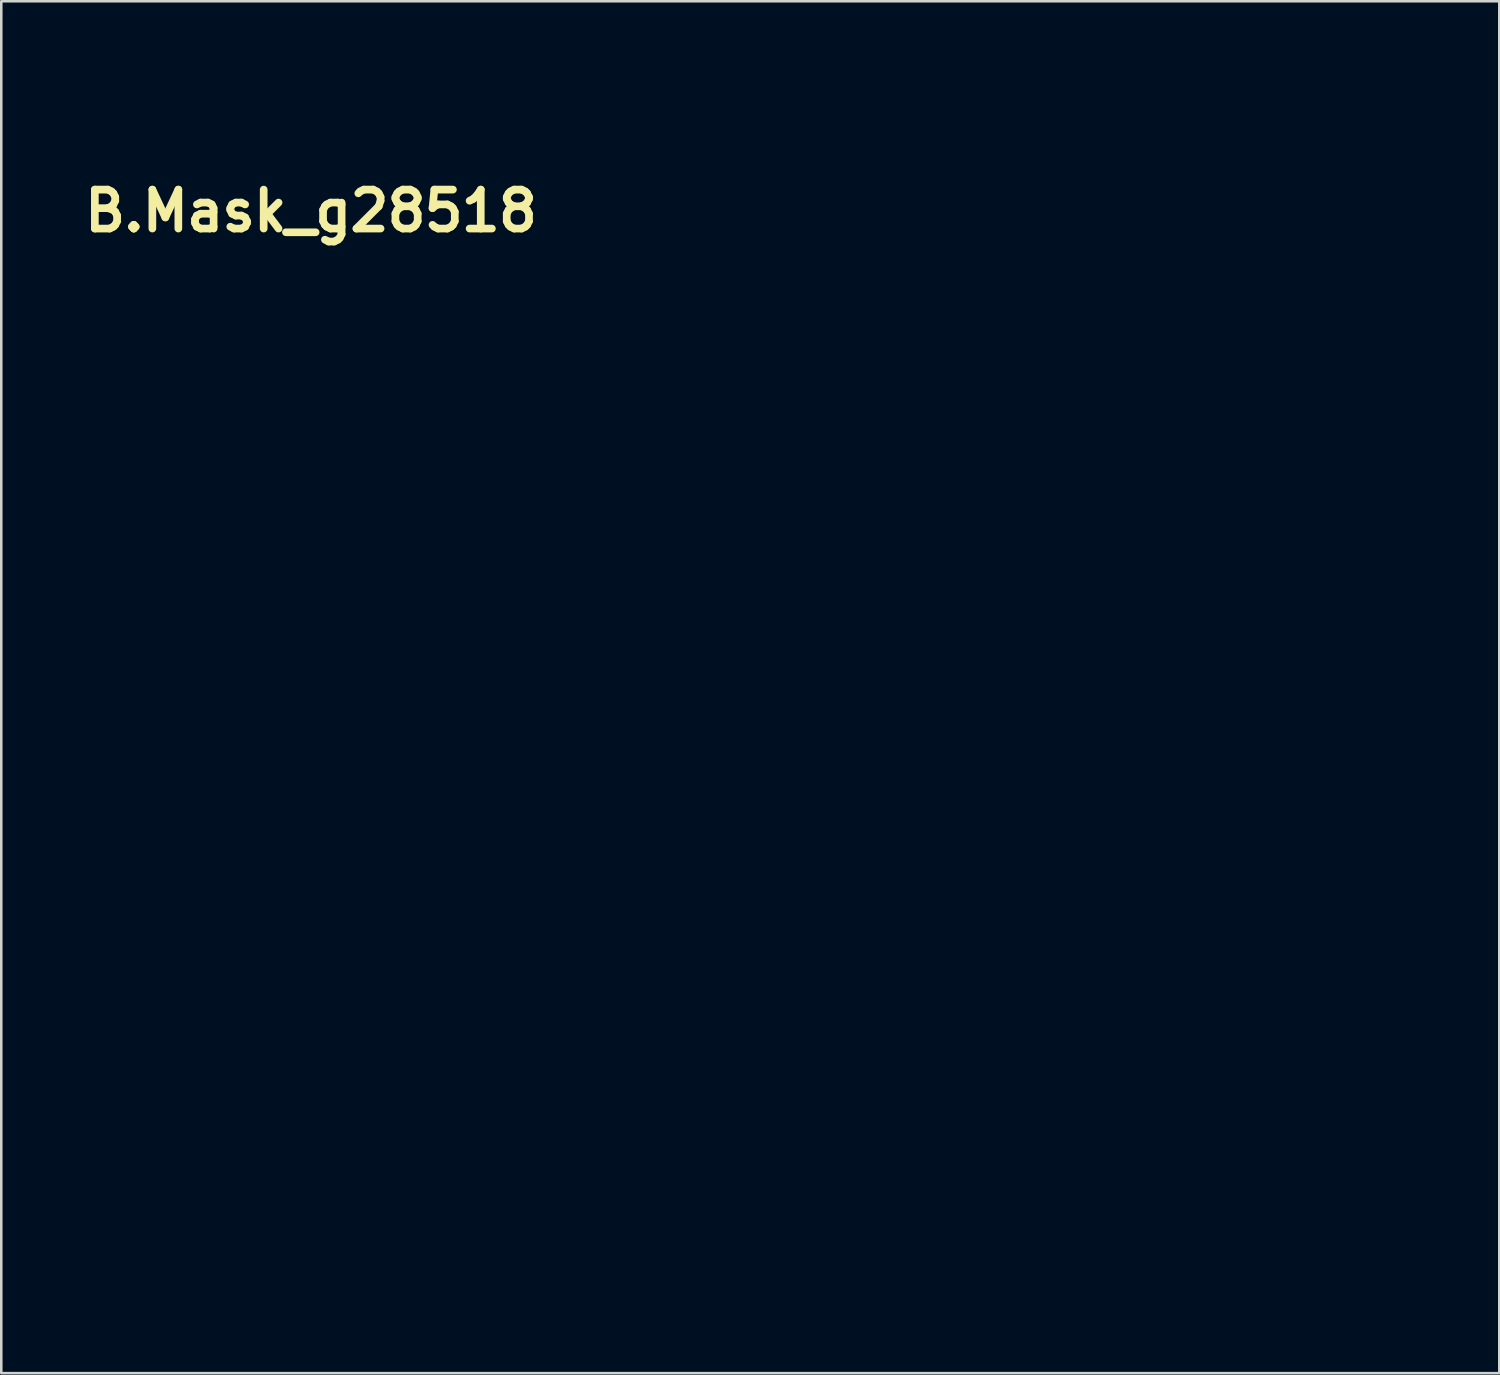
<source format=kicad_pcb>
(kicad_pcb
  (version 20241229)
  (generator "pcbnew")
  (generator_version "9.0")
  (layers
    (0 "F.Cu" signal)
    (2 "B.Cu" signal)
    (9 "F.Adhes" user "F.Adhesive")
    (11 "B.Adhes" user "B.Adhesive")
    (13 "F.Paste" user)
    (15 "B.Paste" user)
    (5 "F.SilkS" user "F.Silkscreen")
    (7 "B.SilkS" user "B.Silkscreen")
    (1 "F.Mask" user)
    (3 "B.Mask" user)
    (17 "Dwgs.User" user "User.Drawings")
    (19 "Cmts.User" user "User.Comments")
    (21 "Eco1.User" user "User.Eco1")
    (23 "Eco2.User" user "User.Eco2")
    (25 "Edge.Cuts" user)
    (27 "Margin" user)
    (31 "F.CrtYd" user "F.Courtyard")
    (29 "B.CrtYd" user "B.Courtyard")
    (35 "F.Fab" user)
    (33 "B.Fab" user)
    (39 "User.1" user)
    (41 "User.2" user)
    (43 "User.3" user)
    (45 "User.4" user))
  (footprint "B.Mask_g28518"
    (layer "F.Cu")
    (at 9.115 5.201)
    (property "Reference" "B.Mask_g28518" (at 0 0 0) (layer "F.SilkS") (effects (font (size 1.524 1.524) (thickness 0.3))))
    (attr through_hole)
    (fp_poly (pts (xy 40.063 12.781) (xy 40.375 12.859) (xy 40.673 12.976) (xy 40.89 13.092) (xy 41.205 13.301) (xy 41.485 13.535) (xy 41.73 13.794) (xy 41.942 14.078) (xy 42.121 14.387) (xy 42.266 14.723) (xy 42.303 14.828) (xy 42.376 15.066) (xy 42.434 15.303) (xy 42.477 15.548) (xy 42.509 15.811) (xy 42.53 16.1) (xy 42.538 16.32) (xy 42.539 16.75) (xy 42.517 17.198) (xy 42.473 17.667) (xy 42.405 18.158) (xy 42.313 18.676) (xy 42.198 19.22) (xy 42.058 19.796) (xy 41.955 20.182) (xy 41.871 20.481) (xy 41.792 20.747) (xy 41.714 20.988) (xy 41.634 21.214) (xy 41.549 21.432) (xy 41.456 21.652) (xy 41.351 21.881) (xy 41.231 22.129) (xy 41.221 22.151) (xy 40.989 22.599) (xy 40.728 23.063) (xy 40.444 23.535) (xy 40.14 24.007) (xy 39.824 24.472) (xy 39.499 24.92) (xy 39.172 25.344) (xy 38.988 25.569) (xy 38.857 25.725) (xy 38.706 25.9) (xy 38.538 26.093) (xy 38.354 26.302) (xy 38.156 26.524) (xy 37.946 26.757) (xy 37.726 27) (xy 37.498 27.251) (xy 37.263 27.507) (xy 37.024 27.767) (xy 36.783 28.028) (xy 36.54 28.289) (xy 36.299 28.548) (xy 36.061 28.802) (xy 35.827 29.05) (xy 35.6 29.29) (xy 35.382 29.519) (xy 35.174 29.736) (xy 34.979 29.939) (xy 34.797 30.125) (xy 34.632 30.293) (xy 34.484 30.441) (xy 34.357 30.566) (xy 34.25 30.667) (xy 34.168 30.742) (xy 34.11 30.788) (xy 34.089 30.802) (xy 33.999 30.823) (xy 33.947 30.818) (xy 33.907 30.81) (xy 33.873 30.797) (xy 33.839 30.775) (xy 33.8 30.739) (xy 33.75 30.684) (xy 33.685 30.605) (xy 33.602 30.501) (xy 33.421 30.267) (xy 33.221 30.001) (xy 33.007 29.705) (xy 32.78 29.384) (xy 32.544 29.042) (xy 32.301 28.682) (xy 32.265 28.628) (xy 32.046 28.293) (xy 31.854 27.986) (xy 31.686 27.7) (xy 31.542 27.432) (xy 31.419 27.178) (xy 31.316 26.931) (xy 31.232 26.688) (xy 31.164 26.444) (xy 31.111 26.194) (xy 31.071 25.934) (xy 31.043 25.659) (xy 31.024 25.365) (xy 31.017 25.157) (xy 31.014 24.987) (xy 31.014 24.783) (xy 31.016 24.553) (xy 31.021 24.305) (xy 31.028 24.046) (xy 31.037 23.785) (xy 31.048 23.529) (xy 31.06 23.287) (xy 31.073 23.067) (xy 31.074 23.05) (xy 31.103 22.707) (xy 31.141 22.392) (xy 31.192 22.093) (xy 31.257 21.798) (xy 31.338 21.494) (xy 31.371 21.384) (xy 31.589 20.719) (xy 31.836 20.066) (xy 32.109 19.427) (xy 32.407 18.805) (xy 32.729 18.202) (xy 33.074 17.62) (xy 33.44 17.059) (xy 33.825 16.523) (xy 34.228 16.013) (xy 34.647 15.532) (xy 35.082 15.081) (xy 35.53 14.661) (xy 35.991 14.276) (xy 36.462 13.927) (xy 36.942 13.615) (xy 37.43 13.344) (xy 37.458 13.329) (xy 37.877 13.134) (xy 38.279 12.977) (xy 38.666 12.859) (xy 39.038 12.781) (xy 39.394 12.742) (xy 39.736 12.742) (xy 40.063 12.781)) (stroke (width 0.01) (type solid)) (fill yes) (layer "B.Mask"))
    (fp_poly (pts (xy 39.836 -5.193) (xy 39.997 -5.185) (xy 40.138 -5.17) (xy 40.217 -5.156) (xy 40.532 -5.067) (xy 40.833 -4.938) (xy 41.116 -4.773) (xy 41.381 -4.571) (xy 41.624 -4.336) (xy 41.844 -4.067) (xy 41.995 -3.842) (xy 42.1 -3.65) (xy 42.204 -3.42) (xy 42.308 -3.153) (xy 42.411 -2.852) (xy 42.513 -2.52) (xy 42.612 -2.16) (xy 42.708 -1.775) (xy 42.801 -1.368) (xy 42.89 -0.942) (xy 42.975 -0.499) (xy 43.054 -0.042) (xy 43.128 0.425) (xy 43.195 0.9) (xy 43.256 1.38) (xy 43.309 1.862) (xy 43.354 2.343) (xy 43.391 2.821) (xy 43.412 3.175) (xy 43.426 3.438) (xy 43.438 3.662) (xy 43.448 3.851) (xy 43.456 4.009) (xy 43.462 4.139) (xy 43.467 4.245) (xy 43.471 4.331) (xy 43.474 4.4) (xy 43.475 4.455) (xy 43.476 4.501) (xy 43.476 4.541) (xy 43.476 4.542) (xy 43.476 4.692) (xy 42.889 5.156) (xy 42.417 5.528) (xy 41.976 5.875) (xy 41.565 6.198) (xy 41.182 6.499) (xy 40.825 6.779) (xy 40.492 7.039) (xy 40.181 7.281) (xy 39.891 7.506) (xy 39.621 7.716) (xy 39.367 7.912) (xy 39.129 8.094) (xy 38.905 8.265) (xy 38.693 8.427) (xy 38.491 8.579) (xy 38.298 8.724) (xy 38.185 8.809) (xy 37.788 9.102) (xy 37.422 9.367) (xy 37.086 9.606) (xy 36.779 9.818) (xy 36.5 10.004) (xy 36.248 10.166) (xy 36.023 10.302) (xy 35.822 10.415) (xy 35.646 10.504) (xy 35.494 10.57) (xy 35.456 10.584) (xy 35.338 10.624) (xy 35.189 10.668) (xy 35.021 10.714) (xy 34.846 10.758) (xy 34.675 10.799) (xy 34.52 10.832) (xy 34.438 10.847) (xy 34.323 10.863) (xy 34.18 10.876) (xy 34.021 10.885) (xy 33.857 10.891) (xy 33.699 10.892) (xy 33.557 10.889) (xy 33.443 10.882) (xy 33.414 10.878) (xy 33.086 10.814) (xy 32.78 10.714) (xy 32.493 10.578) (xy 32.222 10.405) (xy 31.966 10.192) (xy 31.827 10.053) (xy 31.598 9.783) (xy 31.394 9.479) (xy 31.217 9.145) (xy 31.066 8.782) (xy 30.943 8.391) (xy 30.848 7.975) (xy 30.816 7.785) (xy 30.797 7.627) (xy 30.782 7.438) (xy 30.772 7.226) (xy 30.767 7.004) (xy 30.766 6.78) (xy 30.771 6.566) (xy 30.781 6.371) (xy 30.794 6.223) (xy 30.856 5.707) (xy 30.922 5.227) (xy 30.994 4.778) (xy 31.072 4.353) (xy 31.158 3.947) (xy 31.253 3.555) (xy 31.359 3.169) (xy 31.476 2.785) (xy 31.57 2.5) (xy 31.764 1.971) (xy 31.985 1.445) (xy 32.228 0.93) (xy 32.49 0.433) (xy 32.766 -0.035) (xy 32.94 -0.303) (xy 33.221 -0.698) (xy 33.537 -1.102) (xy 33.885 -1.508) (xy 34.258 -1.914) (xy 34.653 -2.312) (xy 35.065 -2.699) (xy 35.489 -3.07) (xy 35.719 -3.259) (xy 36.102 -3.558) (xy 36.487 -3.838) (xy 36.869 -4.096) (xy 37.247 -4.331) (xy 37.616 -4.541) (xy 37.975 -4.726) (xy 38.319 -4.882) (xy 38.647 -5.01) (xy 38.956 -5.106) (xy 39.222 -5.167) (xy 39.346 -5.183) (xy 39.498 -5.193) (xy 39.666 -5.196) (xy 39.836 -5.193)) (stroke (width 0.01) (type solid)) (fill yes) (layer "B.Mask"))
    (fp_poly (pts (xy 28.734 -3.723) (xy 28.77 -3.68) (xy 28.795 -3.604) (xy 28.812 -3.51) (xy 28.818 -3.438) (xy 28.822 -3.329) (xy 28.825 -3.19) (xy 28.825 -3.025) (xy 28.824 -2.84) (xy 28.821 -2.642) (xy 28.817 -2.435) (xy 28.811 -2.226) (xy 28.803 -2.02) (xy 28.795 -1.823) (xy 28.785 -1.641) (xy 28.777 -1.513) (xy 28.734 -0.953) (xy 28.688 -0.429) (xy 28.637 0.062) (xy 28.58 0.526) (xy 28.517 0.968) (xy 28.446 1.392) (xy 28.367 1.805) (xy 28.278 2.209) (xy 28.179 2.612) (xy 28.069 3.018) (xy 27.946 3.431) (xy 27.81 3.857) (xy 27.663 4.292) (xy 27.477 4.806) (xy 27.271 5.33) (xy 27.049 5.858) (xy 26.815 6.381) (xy 26.572 6.893) (xy 26.324 7.385) (xy 26.073 7.85) (xy 25.833 8.266) (xy 25.575 8.681) (xy 25.294 9.102) (xy 24.995 9.525) (xy 24.68 9.947) (xy 24.353 10.363) (xy 24.016 10.772) (xy 23.673 11.168) (xy 23.326 11.549) (xy 22.979 11.911) (xy 22.635 12.251) (xy 22.297 12.565) (xy 21.968 12.85) (xy 21.651 13.101) (xy 21.445 13.251) (xy 21.156 13.435) (xy 20.857 13.592) (xy 20.555 13.719) (xy 20.258 13.812) (xy 20.066 13.854) (xy 19.976 13.866) (xy 19.852 13.876) (xy 19.7 13.885) (xy 19.53 13.891) (xy 19.347 13.896) (xy 19.16 13.899) (xy 18.977 13.899) (xy 18.805 13.897) (xy 18.652 13.893) (xy 18.526 13.885) (xy 18.521 13.885) (xy 18.321 13.867) (xy 18.157 13.847) (xy 18.02 13.823) (xy 17.903 13.794) (xy 17.8 13.757) (xy 17.702 13.71) (xy 17.603 13.651) (xy 17.561 13.624) (xy 17.338 13.45) (xy 17.131 13.239) (xy 16.942 12.991) (xy 16.772 12.709) (xy 16.62 12.394) (xy 16.489 12.046) (xy 16.377 11.668) (xy 16.286 11.26) (xy 16.217 10.825) (xy 16.202 10.7) (xy 16.171 10.321) (xy 16.157 9.912) (xy 16.16 9.483) (xy 16.18 9.042) (xy 16.216 8.598) (xy 16.268 8.159) (xy 16.334 7.734) (xy 16.415 7.332) (xy 16.448 7.195) (xy 16.518 6.927) (xy 16.597 6.66) (xy 16.688 6.389) (xy 16.791 6.11) (xy 16.909 5.817) (xy 17.045 5.504) (xy 17.199 5.166) (xy 17.375 4.798) (xy 17.376 4.794) (xy 17.738 4.089) (xy 18.119 3.419) (xy 18.521 2.785) (xy 18.947 2.184) (xy 19.396 1.615) (xy 19.871 1.075) (xy 20.373 0.564) (xy 20.904 0.079) (xy 21.465 -0.381) (xy 22.057 -0.817) (xy 22.682 -1.231) (xy 22.818 -1.316) (xy 23.064 -1.464) (xy 23.322 -1.614) (xy 23.584 -1.76) (xy 23.841 -1.898) (xy 24.086 -2.024) (xy 24.31 -2.134) (xy 24.464 -2.205) (xy 24.641 -2.282) (xy 24.843 -2.367) (xy 25.065 -2.458) (xy 25.304 -2.554) (xy 25.556 -2.654) (xy 25.819 -2.756) (xy 26.088 -2.86) (xy 26.36 -2.963) (xy 26.632 -3.066) (xy 26.901 -3.165) (xy 27.162 -3.261) (xy 27.413 -3.352) (xy 27.65 -3.436) (xy 27.87 -3.512) (xy 28.069 -3.58) (xy 28.243 -3.637) (xy 28.39 -3.683) (xy 28.506 -3.716) (xy 28.587 -3.735) (xy 28.609 -3.739) (xy 28.682 -3.741) (xy 28.734 -3.723)) (stroke (width 0.01) (type solid)) (fill yes) (layer "B.Mask"))
    (fp_poly (pts (xy 15.09 16.924) (xy 15.367 16.926) (xy 15.623 16.929) (xy 15.853 16.933) (xy 16.052 16.939) (xy 16.217 16.946) (xy 16.298 16.951) (xy 16.656 16.982) (xy 16.974 17.019) (xy 17.258 17.066) (xy 17.509 17.122) (xy 17.732 17.19) (xy 17.93 17.27) (xy 18.105 17.363) (xy 18.262 17.472) (xy 18.403 17.596) (xy 18.532 17.738) (xy 18.59 17.813) (xy 18.762 18.073) (xy 18.916 18.37) (xy 19.052 18.703) (xy 19.169 19.071) (xy 19.266 19.472) (xy 19.344 19.905) (xy 19.382 20.182) (xy 19.396 20.333) (xy 19.407 20.517) (xy 19.415 20.728) (xy 19.42 20.956) (xy 19.421 21.194) (xy 19.42 21.433) (xy 19.416 21.666) (xy 19.408 21.884) (xy 19.398 22.078) (xy 19.384 22.242) (xy 19.382 22.266) (xy 19.32 22.726) (xy 19.24 23.182) (xy 19.143 23.623) (xy 19.032 24.039) (xy 18.95 24.298) (xy 18.772 24.791) (xy 18.559 25.302) (xy 18.316 25.826) (xy 18.044 26.359) (xy 17.746 26.897) (xy 17.425 27.437) (xy 17.084 27.973) (xy 16.724 28.502) (xy 16.35 29.019) (xy 15.963 29.521) (xy 15.565 30.004) (xy 15.161 30.462) (xy 14.796 30.847) (xy 14.501 31.141) (xy 14.224 31.402) (xy 13.96 31.635) (xy 13.706 31.841) (xy 13.455 32.026) (xy 13.204 32.192) (xy 12.949 32.343) (xy 12.684 32.483) (xy 12.647 32.501) (xy 12.218 32.695) (xy 11.793 32.85) (xy 11.362 32.972) (xy 10.916 33.062) (xy 10.696 33.094) (xy 10.563 33.107) (xy 10.401 33.117) (xy 10.222 33.122) (xy 10.035 33.123) (xy 9.85 33.121) (xy 9.679 33.115) (xy 9.531 33.104) (xy 9.43 33.092) (xy 9.161 33.04) (xy 8.924 32.969) (xy 8.714 32.876) (xy 8.524 32.758) (xy 8.347 32.611) (xy 8.247 32.511) (xy 8.054 32.278) (xy 7.881 32.008) (xy 7.727 31.7) (xy 7.593 31.354) (xy 7.477 30.971) (xy 7.382 30.55) (xy 7.305 30.091) (xy 7.248 29.595) (xy 7.216 29.178) (xy 7.204 28.894) (xy 7.2 28.608) (xy 7.207 28.321) (xy 7.223 28.028) (xy 7.25 27.73) (xy 7.288 27.422) (xy 7.338 27.105) (xy 7.4 26.774) (xy 7.475 26.43) (xy 7.563 26.068) (xy 7.665 25.688) (xy 7.78 25.288) (xy 7.911 24.865) (xy 8.057 24.417) (xy 8.218 23.943) (xy 8.396 23.44) (xy 8.59 22.907) (xy 8.802 22.341) (xy 9.031 21.741) (xy 9.205 21.292) (xy 9.257 21.158) (xy 9.32 20.999) (xy 9.392 20.817) (xy 9.471 20.615) (xy 9.557 20.397) (xy 9.649 20.165) (xy 9.744 19.923) (xy 9.843 19.673) (xy 9.944 19.419) (xy 10.045 19.164) (xy 10.145 18.911) (xy 10.244 18.662) (xy 10.339 18.422) (xy 10.43 18.192) (xy 10.516 17.976) (xy 10.595 17.778) (xy 10.666 17.599) (xy 10.728 17.444) (xy 10.78 17.315) (xy 10.82 17.215) (xy 10.848 17.147) (xy 10.861 17.115) (xy 10.863 17.113) (xy 10.888 17.105) (xy 10.947 17.092) (xy 11.033 17.077) (xy 11.137 17.06) (xy 11.251 17.043) (xy 11.367 17.027) (xy 11.478 17.013) (xy 11.575 17.001) (xy 11.61 16.998) (xy 11.752 16.987) (xy 11.931 16.977) (xy 12.143 16.968) (xy 12.384 16.959) (xy 12.649 16.951) (xy 12.934 16.945) (xy 13.233 16.939) (xy 13.543 16.934) (xy 13.859 16.93) (xy 14.176 16.927) (xy 14.49 16.925) (xy 14.796 16.924) (xy 15.09 16.924)) (stroke (width 0.01) (type solid)) (fill yes) (layer "B.Mask"))
    (fp_poly (pts (xy 25.591 26.085) (xy 25.795 26.087) (xy 25.988 26.092) (xy 26.163 26.098) (xy 26.313 26.106) (xy 26.432 26.116) (xy 26.469 26.121) (xy 26.701 26.17) (xy 26.919 26.255) (xy 27.126 26.377) (xy 27.327 26.538) (xy 27.443 26.653) (xy 27.643 26.888) (xy 27.829 27.16) (xy 28 27.467) (xy 28.154 27.804) (xy 28.29 28.169) (xy 28.405 28.559) (xy 28.446 28.723) (xy 28.489 28.909) (xy 28.522 29.074) (xy 28.546 29.227) (xy 28.564 29.379) (xy 28.575 29.539) (xy 28.582 29.718) (xy 28.584 29.926) (xy 28.584 30.014) (xy 28.573 30.446) (xy 28.541 30.876) (xy 28.486 31.312) (xy 28.408 31.76) (xy 28.306 32.226) (xy 28.178 32.717) (xy 28.14 32.851) (xy 27.927 33.532) (xy 27.684 34.21) (xy 27.411 34.88) (xy 27.113 35.538) (xy 26.789 36.179) (xy 26.444 36.799) (xy 26.079 37.393) (xy 25.697 37.957) (xy 25.299 38.487) (xy 25.115 38.714) (xy 24.929 38.933) (xy 24.723 39.165) (xy 24.503 39.406) (xy 24.273 39.649) (xy 24.041 39.89) (xy 23.811 40.121) (xy 23.588 40.338) (xy 23.38 40.534) (xy 23.19 40.704) (xy 23.156 40.733) (xy 22.718 41.09) (xy 22.284 41.406) (xy 21.853 41.68) (xy 21.427 41.914) (xy 21.006 42.107) (xy 20.589 42.258) (xy 20.178 42.367) (xy 19.772 42.435) (xy 19.744 42.438) (xy 19.638 42.446) (xy 19.505 42.452) (xy 19.354 42.456) (xy 19.195 42.457) (xy 19.039 42.456) (xy 18.895 42.452) (xy 18.773 42.446) (xy 18.683 42.438) (xy 18.68 42.437) (xy 18.484 42.396) (xy 18.269 42.325) (xy 18.041 42.229) (xy 17.943 42.181) (xy 17.824 42.118) (xy 17.673 42.033) (xy 17.495 41.93) (xy 17.294 41.811) (xy 17.072 41.678) (xy 16.835 41.533) (xy 16.586 41.379) (xy 16.329 41.219) (xy 16.069 41.053) (xy 16.002 41.011) (xy 15.689 40.811) (xy 15.397 40.625) (xy 15.128 40.454) (xy 14.884 40.299) (xy 14.666 40.162) (xy 14.477 40.043) (xy 14.318 39.944) (xy 14.19 39.865) (xy 14.097 39.808) (xy 14.092 39.806) (xy 13.887 39.683) (xy 13.921 39.616) (xy 13.94 39.579) (xy 13.979 39.506) (xy 14.034 39.402) (xy 14.104 39.27) (xy 14.189 39.112) (xy 14.285 38.931) (xy 14.393 38.73) (xy 14.509 38.511) (xy 14.633 38.279) (xy 14.763 38.036) (xy 14.898 37.783) (xy 15.036 37.526) (xy 15.175 37.266) (xy 15.314 37.006) (xy 15.452 36.749) (xy 15.586 36.498) (xy 15.715 36.257) (xy 15.839 36.027) (xy 15.954 35.811) (xy 15.987 35.751) (xy 16.293 35.18) (xy 16.582 34.645) (xy 16.853 34.145) (xy 17.109 33.677) (xy 17.349 33.24) (xy 17.575 32.833) (xy 17.789 32.453) (xy 17.99 32.1) (xy 18.181 31.77) (xy 18.362 31.463) (xy 18.534 31.178) (xy 18.699 30.911) (xy 18.858 30.662) (xy 19.01 30.429) (xy 19.159 30.211) (xy 19.304 30.005) (xy 19.447 29.81) (xy 19.588 29.624) (xy 19.73 29.446) (xy 19.872 29.274) (xy 20.016 29.106) (xy 20.164 28.94) (xy 20.315 28.776) (xy 20.471 28.611) (xy 20.626 28.451) (xy 20.927 28.151) (xy 21.21 27.883) (xy 21.481 27.642) (xy 21.747 27.424) (xy 22.013 27.225) (xy 22.283 27.041) (xy 22.565 26.867) (xy 22.863 26.7) (xy 23.125 26.563) (xy 23.343 26.455) (xy 23.533 26.365) (xy 23.702 26.293) (xy 23.857 26.236) (xy 24.007 26.192) (xy 24.158 26.158) (xy 24.319 26.134) (xy 24.497 26.116) (xy 24.701 26.102) (xy 24.818 26.096) (xy 24.991 26.09) (xy 25.182 26.086) (xy 25.385 26.084) (xy 25.591 26.085)) (stroke (width 0.01) (type solid)) (fill yes) (layer "B.Mask")))
  (gr_rect
    (start -3 -3)
    (end 55.596 50.663)
    (stroke (width 0.1) (type default))
    (fill no)
    (layer "Edge.Cuts")))
</source>
